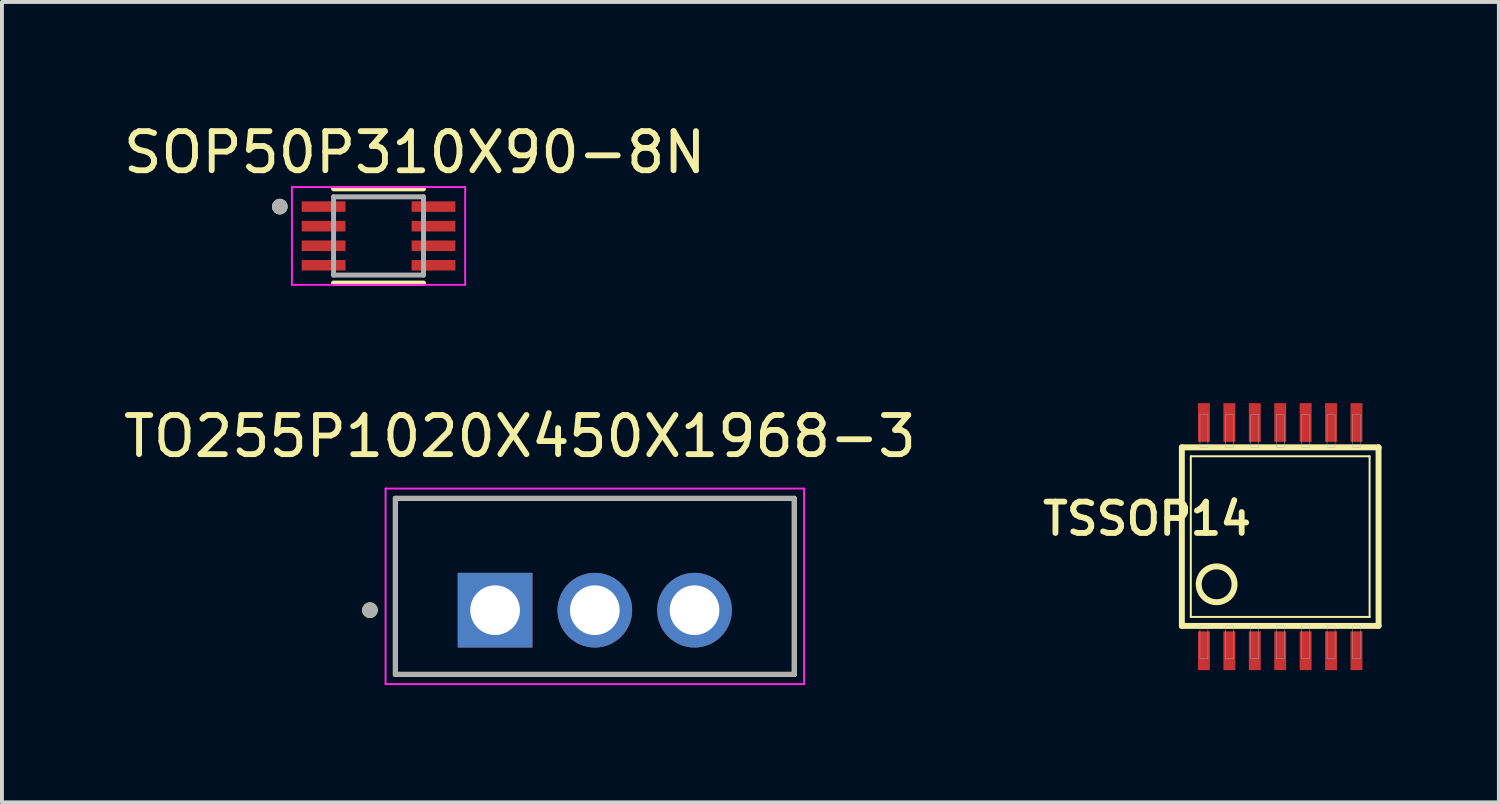
<source format=kicad_pcb>
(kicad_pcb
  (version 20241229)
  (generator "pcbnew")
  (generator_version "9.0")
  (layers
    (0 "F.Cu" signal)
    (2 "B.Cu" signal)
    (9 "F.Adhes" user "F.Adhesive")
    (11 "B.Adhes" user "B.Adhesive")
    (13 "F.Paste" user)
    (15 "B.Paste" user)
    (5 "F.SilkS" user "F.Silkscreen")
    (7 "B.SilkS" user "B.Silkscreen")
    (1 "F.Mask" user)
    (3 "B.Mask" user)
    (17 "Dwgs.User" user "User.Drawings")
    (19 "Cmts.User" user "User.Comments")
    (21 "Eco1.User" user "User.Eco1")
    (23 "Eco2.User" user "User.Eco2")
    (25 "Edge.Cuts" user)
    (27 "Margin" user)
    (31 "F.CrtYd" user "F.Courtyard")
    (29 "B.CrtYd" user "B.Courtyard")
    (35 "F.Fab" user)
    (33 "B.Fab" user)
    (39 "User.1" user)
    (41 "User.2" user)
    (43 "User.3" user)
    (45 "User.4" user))
  (footprint "TSSOP14"
    (layer "F.Cu")
    (at 29.684 10.671)
    (property "Reference" "TSSOP14" (at -3.404 -0.457 180) (layer "F.SilkS") (effects (font (size 0.8 0.8) (thickness 0.15))))
    (attr smd)
    (fp_line (start -2.515 2.283) (end -2.515 -2.283) (stroke (width 0.152) (type solid)) (layer "F.SilkS"))
    (fp_line (start -2.515 2.283) (end 2.515 2.283) (stroke (width 0.152) (type solid)) (layer "F.SilkS"))
    (fp_line (start -2.286 2.054) (end -2.286 -2.054) (stroke (width 0.051) (type solid)) (layer "F.SilkS"))
    (fp_line (start -2.286 2.054) (end 2.286 2.054) (stroke (width 0.051) (type solid)) (layer "F.SilkS"))
    (fp_line (start 2.286 -2.054) (end -2.286 -2.054) (stroke (width 0.051) (type solid)) (layer "F.SilkS"))
    (fp_line (start 2.286 -2.054) (end 2.286 2.054) (stroke (width 0.051) (type solid)) (layer "F.SilkS"))
    (fp_line (start 2.515 -2.283) (end -2.515 -2.283) (stroke (width 0.152) (type solid)) (layer "F.SilkS"))
    (fp_line (start 2.515 -2.283) (end 2.515 2.283) (stroke (width 0.152) (type solid)) (layer "F.SilkS"))
    (fp_circle (center -1.626 1.219) (end -1.168 1.219) (stroke (width 0.152) (type solid)) (fill no) (layer "F.SilkS"))
    (fp_poly (pts (xy -2.052 -3.121) (xy -1.848 -3.121) (xy -1.848 -2.283) (xy -2.052 -2.283)) (stroke (width 0.01) (type solid)) (fill no) (layer "F.Fab"))
    (fp_poly (pts (xy -2.052 2.283) (xy -1.848 2.283) (xy -1.848 3.121) (xy -2.052 3.121)) (stroke (width 0.01) (type solid)) (fill no) (layer "F.Fab"))
    (fp_poly (pts (xy -1.402 -3.121) (xy -1.198 -3.121) (xy -1.198 -2.283) (xy -1.402 -2.283)) (stroke (width 0.01) (type solid)) (fill no) (layer "F.Fab"))
    (fp_poly (pts (xy -1.402 2.283) (xy -1.198 2.283) (xy -1.198 3.121) (xy -1.402 3.121)) (stroke (width 0.01) (type solid)) (fill no) (layer "F.Fab"))
    (fp_poly (pts (xy -0.752 -3.121) (xy -0.548 -3.121) (xy -0.548 -2.283) (xy -0.752 -2.283)) (stroke (width 0.01) (type solid)) (fill no) (layer "F.Fab"))
    (fp_poly (pts (xy -0.752 2.283) (xy -0.548 2.283) (xy -0.548 3.121) (xy -0.752 3.121)) (stroke (width 0.01) (type solid)) (fill no) (layer "F.Fab"))
    (fp_poly (pts (xy -0.102 -3.121) (xy 0.102 -3.121) (xy 0.102 -2.283) (xy -0.102 -2.283)) (stroke (width 0.01) (type solid)) (fill no) (layer "F.Fab"))
    (fp_poly (pts (xy -0.102 2.283) (xy 0.102 2.283) (xy 0.102 3.121) (xy -0.102 3.121)) (stroke (width 0.01) (type solid)) (fill no) (layer "F.Fab"))
    (fp_poly (pts (xy 0.548 -3.121) (xy 0.752 -3.121) (xy 0.752 -2.283) (xy 0.548 -2.283)) (stroke (width 0.01) (type solid)) (fill no) (layer "F.Fab"))
    (fp_poly (pts (xy 0.548 2.283) (xy 0.752 2.283) (xy 0.752 3.121) (xy 0.548 3.121)) (stroke (width 0.01) (type solid)) (fill no) (layer "F.Fab"))
    (fp_poly (pts (xy 1.198 -3.121) (xy 1.402 -3.121) (xy 1.402 -2.283) (xy 1.198 -2.283)) (stroke (width 0.01) (type solid)) (fill no) (layer "F.Fab"))
    (fp_poly (pts (xy 1.198 2.283) (xy 1.402 2.283) (xy 1.402 3.121) (xy 1.198 3.121)) (stroke (width 0.01) (type solid)) (fill no) (layer "F.Fab"))
    (fp_poly (pts (xy 1.848 -3.121) (xy 2.052 -3.121) (xy 2.052 -2.283) (xy 1.848 -2.283)) (stroke (width 0.01) (type solid)) (fill no) (layer "F.Fab"))
    (fp_poly (pts (xy 1.848 2.283) (xy 2.052 2.283) (xy 2.052 3.121) (xy 1.848 3.121)) (stroke (width 0.01) (type solid)) (fill no) (layer "F.Fab"))
    (pad "1" smd rect (at -1.95 2.918) (size 0.305 0.991) (layers "F.Cu" "F.Mask" "F.Paste"))
    (pad "2" smd rect (at -1.3 2.918) (size 0.305 0.991) (layers "F.Cu" "F.Mask" "F.Paste"))
    (pad "3" smd rect (at -0.65 2.918) (size 0.305 0.991) (layers "F.Cu" "F.Mask" "F.Paste"))
    (pad "4" smd rect (at 0 2.918) (size 0.305 0.991) (layers "F.Cu" "F.Mask" "F.Paste"))
    (pad "5" smd rect (at 0.65 2.918) (size 0.305 0.991) (layers "F.Cu" "F.Mask" "F.Paste"))
    (pad "6" smd rect (at 1.3 2.918) (size 0.305 0.991) (layers "F.Cu" "F.Mask" "F.Paste"))
    (pad "7" smd rect (at 1.95 2.918) (size 0.305 0.991) (layers "F.Cu" "F.Mask" "F.Paste"))
    (pad "8" smd rect (at 1.95 -2.918) (size 0.305 0.991) (layers "F.Cu" "F.Mask" "F.Paste"))
    (pad "9" smd rect (at 1.3 -2.918) (size 0.305 0.991) (layers "F.Cu" "F.Mask" "F.Paste"))
    (pad "10" smd rect (at 0.65 -2.918) (size 0.305 0.991) (layers "F.Cu" "F.Mask" "F.Paste"))
    (pad "11" smd rect (at 0 -2.918) (size 0.305 0.991) (layers "F.Cu" "F.Mask" "F.Paste"))
    (pad "12" smd rect (at -0.65 -2.918) (size 0.305 0.991) (layers "F.Cu" "F.Mask" "F.Paste"))
    (pad "13" smd rect (at -1.3 -2.918) (size 0.305 0.991) (layers "F.Cu" "F.Mask" "F.Paste"))
    (pad "14" smd rect (at -1.95 -2.918) (size 0.305 0.991) (layers "F.Cu" "F.Mask" "F.Paste")))
  (footprint "SOP50P310X90-8N"
    (layer "F.Cu")
    (at 6.629 2.983)
    (property "Reference" "SOP50P310X90-8N" (at 0.925 -2.135 0) (layer "F.SilkS") (effects (font (size 1 1) (thickness 0.15))))
    (attr smd)
    (fp_line (start -1.15 -1.205) (end 1.15 -1.205) (stroke (width 0.127) (type solid)) (layer "F.SilkS"))
    (fp_line (start -1.15 1.205) (end 1.15 1.205) (stroke (width 0.127) (type solid)) (layer "F.SilkS"))
    (fp_circle (center -2.525 -0.75) (end -2.425 -0.75) (stroke (width 0.2) (type solid)) (fill no) (layer "F.SilkS"))
    (fp_line (start -2.215 -1.25) (end -2.215 1.25) (stroke (width 0.05) (type solid)) (layer "F.CrtYd"))
    (fp_line (start -2.215 -1.25) (end 2.215 -1.25) (stroke (width 0.05) (type solid)) (layer "F.CrtYd"))
    (fp_line (start -2.215 1.25) (end 2.215 1.25) (stroke (width 0.05) (type solid)) (layer "F.CrtYd"))
    (fp_line (start 2.215 -1.25) (end 2.215 1.25) (stroke (width 0.05) (type solid)) (layer "F.CrtYd"))
    (fp_line (start -1.15 -1) (end -1.15 1) (stroke (width 0.127) (type solid)) (layer "F.Fab"))
    (fp_line (start -1.15 -1) (end 1.15 -1) (stroke (width 0.127) (type solid)) (layer "F.Fab"))
    (fp_line (start -1.15 1) (end 1.15 1) (stroke (width 0.127) (type solid)) (layer "F.Fab"))
    (fp_line (start 1.15 -1) (end 1.15 1) (stroke (width 0.127) (type solid)) (layer "F.Fab"))
    (fp_circle (center -2.525 -0.75) (end -2.425 -0.75) (stroke (width 0.2) (type solid)) (fill no) (layer "F.Fab"))
    (pad "1" smd roundrect (at -1.405 -0.75) (size 1.12 0.27) (layers "F.Cu" "F.Mask" "F.Paste") (roundrect_rratio 0.03))
    (pad "2" smd roundrect (at -1.405 -0.25) (size 1.12 0.27) (layers "F.Cu" "F.Mask" "F.Paste") (roundrect_rratio 0.03))
    (pad "3" smd roundrect (at -1.405 0.25) (size 1.12 0.27) (layers "F.Cu" "F.Mask" "F.Paste") (roundrect_rratio 0.03))
    (pad "4" smd roundrect (at -1.405 0.75) (size 1.12 0.27) (layers "F.Cu" "F.Mask" "F.Paste") (roundrect_rratio 0.03))
    (pad "5" smd roundrect (at 1.405 0.75) (size 1.12 0.27) (layers "F.Cu" "F.Mask" "F.Paste") (roundrect_rratio 0.03))
    (pad "6" smd roundrect (at 1.405 0.25) (size 1.12 0.27) (layers "F.Cu" "F.Mask" "F.Paste") (roundrect_rratio 0.03))
    (pad "7" smd roundrect (at 1.405 -0.25) (size 1.12 0.27) (layers "F.Cu" "F.Mask" "F.Paste") (roundrect_rratio 0.03))
    (pad "8" smd roundrect (at 1.405 -0.75) (size 1.12 0.27) (layers "F.Cu" "F.Mask" "F.Paste") (roundrect_rratio 0.03)))
  (footprint "TO255P1020X450X1968-3"
    (layer "F.Cu")
    (at 9.609 12.552)
    (property "Reference" "TO255P1020X450X1968-3" (at 0.635 -4.445 0) (layer "F.SilkS") (effects (font (size 1 1) (thickness 0.15))))
    (attr through_hole)
    (fp_line (start -2.55 -2.86) (end 7.65 -2.86) (stroke (width 0.127) (type solid)) (layer "F.SilkS"))
    (fp_line (start -2.55 1.64) (end -2.55 -2.86) (stroke (width 0.127) (type solid)) (layer "F.SilkS"))
    (fp_line (start 7.65 -2.86) (end 7.65 1.64) (stroke (width 0.127) (type solid)) (layer "F.SilkS"))
    (fp_line (start 7.65 1.64) (end -2.55 1.64) (stroke (width 0.127) (type solid)) (layer "F.SilkS"))
    (fp_circle (center -3.2 0) (end -3.1 0) (stroke (width 0.2) (type solid)) (fill no) (layer "F.SilkS"))
    (fp_line (start -2.8 -3.11) (end 7.9 -3.11) (stroke (width 0.05) (type solid)) (layer "F.CrtYd"))
    (fp_line (start -2.8 1.89) (end -2.8 -3.11) (stroke (width 0.05) (type solid)) (layer "F.CrtYd"))
    (fp_line (start 7.9 -3.11) (end 7.9 1.89) (stroke (width 0.05) (type solid)) (layer "F.CrtYd"))
    (fp_line (start 7.9 1.89) (end -2.8 1.89) (stroke (width 0.05) (type solid)) (layer "F.CrtYd"))
    (fp_line (start -2.55 -2.86) (end 7.65 -2.86) (stroke (width 0.127) (type solid)) (layer "F.Fab"))
    (fp_line (start -2.55 1.64) (end -2.55 -2.86) (stroke (width 0.127) (type solid)) (layer "F.Fab"))
    (fp_line (start 7.65 -2.86) (end 7.65 1.64) (stroke (width 0.127) (type solid)) (layer "F.Fab"))
    (fp_line (start 7.65 1.64) (end -2.55 1.64) (stroke (width 0.127) (type solid)) (layer "F.Fab"))
    (fp_circle (center -3.2 0) (end -3.1 0) (stroke (width 0.2) (type solid)) (fill no) (layer "F.Fab"))
    (pad "1" thru_hole rect (at 0 0) (size 1.91 1.91) (drill 1.27) (layers "*.Cu" "*.Mask"))
    (pad "2" thru_hole circle (at 2.55 0) (size 1.91 1.91) (drill 1.27) (layers "*.Cu" "*.Mask"))
    (pad "3" thru_hole circle (at 5.1 0) (size 1.91 1.91) (drill 1.27) (layers "*.Cu" "*.Mask")))
  (gr_rect
    (start -3 -3)
    (end 35.275 17.466)
    (stroke (width 0.1) (type default))
    (fill no)
    (layer "Edge.Cuts")))
</source>
